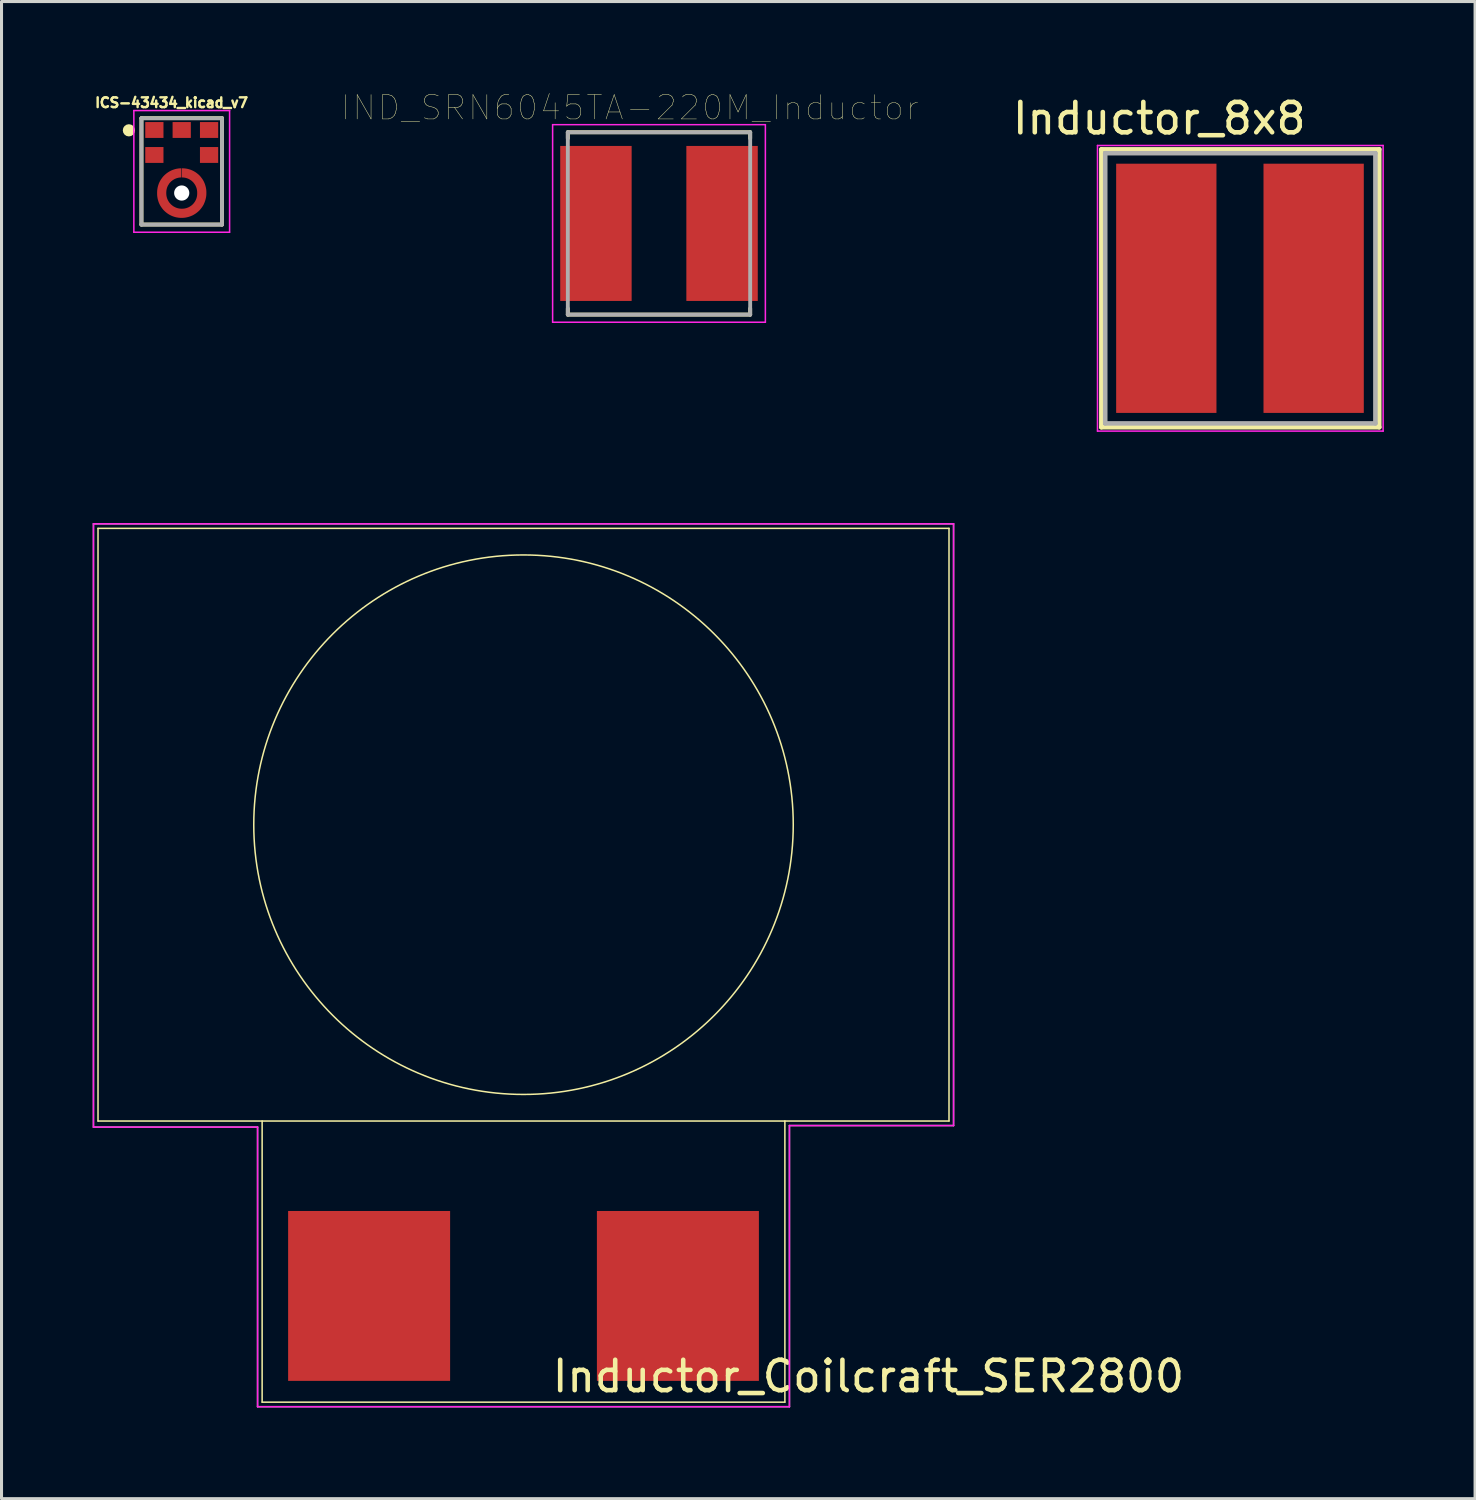
<source format=kicad_pcb>
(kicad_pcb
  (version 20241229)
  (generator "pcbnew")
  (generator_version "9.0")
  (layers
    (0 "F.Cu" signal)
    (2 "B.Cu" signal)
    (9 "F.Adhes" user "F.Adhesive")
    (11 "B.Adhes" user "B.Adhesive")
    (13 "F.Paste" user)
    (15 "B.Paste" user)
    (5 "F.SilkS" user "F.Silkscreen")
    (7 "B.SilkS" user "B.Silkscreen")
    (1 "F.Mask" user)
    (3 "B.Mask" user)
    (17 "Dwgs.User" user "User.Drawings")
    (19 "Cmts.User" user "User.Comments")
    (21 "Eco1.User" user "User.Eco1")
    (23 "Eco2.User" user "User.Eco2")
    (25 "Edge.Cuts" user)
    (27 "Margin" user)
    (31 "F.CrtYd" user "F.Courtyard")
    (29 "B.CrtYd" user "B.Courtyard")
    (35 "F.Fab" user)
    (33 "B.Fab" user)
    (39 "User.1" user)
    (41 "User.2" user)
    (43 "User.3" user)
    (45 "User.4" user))
  (footprint "Inductor_8x8"
    (layer "F.Cu")
    (at 37.125 6.436)
    (property "Reference" "Inductor_8x8" (at -2.032 -5.588 0) (layer "F.SilkS") (effects (font (size 1 1) (thickness 0.15))))
    (attr smd)
    (fp_line (start -3.937 -4.572) (end 5.207 -4.572) (stroke (width 0.15) (type solid)) (layer "F.SilkS"))
    (fp_line (start -3.937 4.572) (end -3.937 -4.572) (stroke (width 0.15) (type solid)) (layer "F.SilkS"))
    (fp_line (start 5.207 -4.572) (end 5.207 4.572) (stroke (width 0.15) (type solid)) (layer "F.SilkS"))
    (fp_line (start 5.207 4.572) (end -3.937 4.572) (stroke (width 0.15) (type solid)) (layer "F.SilkS"))
    (fp_line (start -4.064 -4.699) (end 5.334 -4.699) (stroke (width 0.05) (type solid)) (layer "F.CrtYd"))
    (fp_line (start -4.064 4.699) (end -4.064 -4.699) (stroke (width 0.05) (type solid)) (layer "F.CrtYd"))
    (fp_line (start 5.334 -4.699) (end 5.334 4.699) (stroke (width 0.05) (type solid)) (layer "F.CrtYd"))
    (fp_line (start 5.334 4.699) (end -4.064 4.699) (stroke (width 0.05) (type solid)) (layer "F.CrtYd"))
    (fp_line (start -3.81 -4.445) (end 5.08 -4.445) (stroke (width 0.15) (type solid)) (layer "F.Fab"))
    (fp_line (start -3.81 4.445) (end -3.81 -4.445) (stroke (width 0.15) (type solid)) (layer "F.Fab"))
    (fp_line (start 5.08 -4.445) (end 5.08 4.445) (stroke (width 0.15) (type solid)) (layer "F.Fab"))
    (fp_line (start 5.08 4.445) (end -3.81 4.445) (stroke (width 0.15) (type solid)) (layer "F.Fab"))
    (pad "1" smd rect (at -1.8 0) (size 3.3 8.2) (layers "F.Cu" "F.Mask" "F.Paste"))
    (pad "2" smd rect (at 3.048 0) (size 3.3 8.2) (layers "F.Cu" "F.Mask" "F.Paste")))
  (footprint "Inductor_Coilcraft_SER2800"
    (layer "F.Cu")
    (at 14.175 25.235)
    (property "Reference" "Inductor_Coilcraft_SER2800" (at 11.35 17 0) (layer "F.SilkS") (effects (font (size 1 1) (thickness 0.15))))
    (attr smd)
    (fp_line (start -14 -10.9) (end 14 -10.9) (stroke (width 0.05) (type solid)) (layer "F.SilkS"))
    (fp_line (start -14 8.6) (end -14 -10.9) (stroke (width 0.05) (type solid)) (layer "F.SilkS"))
    (fp_line (start -14 8.6) (end 14 8.6) (stroke (width 0.05) (type solid)) (layer "F.SilkS"))
    (fp_line (start -8.6 8.6) (end -8.6 17.85) (stroke (width 0.05) (type solid)) (layer "F.SilkS"))
    (fp_line (start -8.6 17.85) (end 8.6 17.85) (stroke (width 0.05) (type solid)) (layer "F.SilkS"))
    (fp_line (start 8.6 17.85) (end 8.6 8.6) (stroke (width 0.05) (type solid)) (layer "F.SilkS"))
    (fp_line (start 14 8.6) (end 14 -10.9) (stroke (width 0.05) (type solid)) (layer "F.SilkS"))
    (fp_circle (center 0 -1.15) (end 4.5 6.5) (stroke (width 0.05) (type solid)) (fill no) (layer "F.SilkS"))
    (fp_line (start -14.15 -11.05) (end -14.15 8.8) (stroke (width 0.05) (type solid)) (layer "F.CrtYd"))
    (fp_line (start -14.15 8.8) (end -8.75 8.8) (stroke (width 0.05) (type solid)) (layer "F.CrtYd"))
    (fp_line (start -8.75 8.8) (end -8.75 18) (stroke (width 0.05) (type solid)) (layer "F.CrtYd"))
    (fp_line (start -8.75 18) (end 8.75 18) (stroke (width 0.05) (type solid)) (layer "F.CrtYd"))
    (fp_line (start 8.75 8.75) (end 14.15 8.75) (stroke (width 0.05) (type solid)) (layer "F.CrtYd"))
    (fp_line (start 8.75 18) (end 8.75 8.75) (stroke (width 0.05) (type solid)) (layer "F.CrtYd"))
    (fp_line (start 14.15 -11.05) (end -14.15 -11.05) (stroke (width 0.05) (type solid)) (layer "F.CrtYd"))
    (fp_line (start 14.15 8.75) (end 14.15 -11.05) (stroke (width 0.05) (type solid)) (layer "F.CrtYd"))
    (fp_line (start -14.15 -11.05) (end -14.15 8.8) (stroke (width 0.05) (type solid)) (layer "F.Fab"))
    (fp_line (start -14.15 8.8) (end -8.75 8.8) (stroke (width 0.05) (type solid)) (layer "F.Fab"))
    (fp_line (start -8.75 8.8) (end -8.75 18) (stroke (width 0.05) (type solid)) (layer "F.Fab"))
    (fp_line (start -8.75 18) (end 8.75 18) (stroke (width 0.05) (type solid)) (layer "F.Fab"))
    (fp_line (start 8.75 8.75) (end 14.15 8.75) (stroke (width 0.05) (type solid)) (layer "F.Fab"))
    (fp_line (start 8.75 18) (end 8.75 8.75) (stroke (width 0.05) (type solid)) (layer "F.Fab"))
    (fp_line (start 14.15 -11.05) (end -14.15 -11.05) (stroke (width 0.05) (type solid)) (layer "F.Fab"))
    (fp_line (start 14.15 8.75) (end 14.15 -11.05) (stroke (width 0.05) (type solid)) (layer "F.Fab"))
    (pad "1" smd rect (at -5.08 14.355) (size 5.33 5.59) (layers "F.Cu" "F.Mask" "F.Paste"))
    (pad "2" smd rect (at 5.08 14.355) (size 5.33 5.59) (layers "F.Cu" "F.Mask" "F.Paste")))
  (footprint "IND_SRN6045TA-220M_Inductor"
    (layer "F.Cu")
    (at 18.633 4.302)
    (property "Reference" "IND_SRN6045TA-220M_Inductor" (at -0.96 -3.808 0) (layer "F.SilkS") (effects (font (size 0.8 0.8) (thickness 0.015))))
    (attr through_hole)
    (fp_line (start -3 -3) (end 3 -3) (stroke (width 0.127) (type solid)) (layer "F.SilkS"))
    (fp_line (start -3 -2.8) (end -3 -3) (stroke (width 0.127) (type solid)) (layer "F.SilkS"))
    (fp_line (start -3 2.8) (end -3 3) (stroke (width 0.127) (type solid)) (layer "F.SilkS"))
    (fp_line (start -3 3) (end 3 3) (stroke (width 0.127) (type solid)) (layer "F.SilkS"))
    (fp_line (start 3 -3) (end 3 -2.8) (stroke (width 0.127) (type solid)) (layer "F.SilkS"))
    (fp_line (start 3 3) (end 3 2.8) (stroke (width 0.127) (type solid)) (layer "F.SilkS"))
    (fp_line (start -3.5 -3.25) (end 3.5 -3.25) (stroke (width 0.05) (type solid)) (layer "F.CrtYd"))
    (fp_line (start -3.5 3.25) (end -3.5 -3.25) (stroke (width 0.05) (type solid)) (layer "F.CrtYd"))
    (fp_line (start 3.5 -3.25) (end 3.5 3.25) (stroke (width 0.05) (type solid)) (layer "F.CrtYd"))
    (fp_line (start 3.5 3.25) (end -3.5 3.25) (stroke (width 0.05) (type solid)) (layer "F.CrtYd"))
    (fp_line (start -3 -3) (end 3 -3) (stroke (width 0.127) (type solid)) (layer "F.Fab"))
    (fp_line (start -3 3) (end -3 -3) (stroke (width 0.127) (type solid)) (layer "F.Fab"))
    (fp_line (start 3 -3) (end 3 3) (stroke (width 0.127) (type solid)) (layer "F.Fab"))
    (fp_line (start 3 3) (end -3 3) (stroke (width 0.127) (type solid)) (layer "F.Fab"))
    (pad "1" smd rect (at -2.075 0) (size 2.35 5.1) (layers "F.Cu" "F.Mask" "F.Paste"))
    (pad "2" smd rect (at 2.075 0) (size 2.35 5.1) (layers "F.Cu" "F.Mask" "F.Paste")))
  (footprint "ICS-43434_kicad_v7"
    (layer "F.Cu")
    (at 2.929 2.588)
    (property "Reference" "ICS-43434_kicad_v7" (at -0.335 -2.259 0) (layer "F.SilkS") (effects (font (size 0.321 0.321) (thickness 0.15))))
    (attr smd)
    (fp_circle (center 0 0.713) (end 0.665 0.713) (stroke (width 0.5) (type solid)) (fill no) (layer "F.Mask"))
    (fp_line (start -1.325 -1.75) (end -1.325 1.75) (stroke (width 0.127) (type solid)) (layer "F.SilkS"))
    (fp_line (start -1.325 1.75) (end 1.325 1.75) (stroke (width 0.127) (type solid)) (layer "F.SilkS"))
    (fp_line (start 1.325 -1.75) (end -1.325 -1.75) (stroke (width 0.127) (type solid)) (layer "F.SilkS"))
    (fp_line (start 1.325 1.75) (end 1.325 -1.75) (stroke (width 0.127) (type solid)) (layer "F.SilkS"))
    (fp_circle (center -1.738 -1.35) (end -1.637 -1.35) (stroke (width 0.2) (type solid)) (fill no) (layer "F.SilkS"))
    (fp_poly (pts (xy -0.65 -1.572) (xy -0.65 -1.15) (xy -1.15 -1.15) (xy -1.15 -1.572)) (stroke (width 0.001) (type solid)) (fill yes) (layer "F.Paste"))
    (fp_poly (pts (xy -0.65 -0.75) (xy -0.65 -0.328) (xy -1.15 -0.328) (xy -1.15 -0.75)) (stroke (width 0.001) (type solid)) (fill yes) (layer "F.Paste"))
    (fp_poly (pts (xy 0.25 -1.572) (xy 0.25 -1.15) (xy -0.25 -1.15) (xy -0.25 -1.572)) (stroke (width 0.001) (type solid)) (fill yes) (layer "F.Paste"))
    (fp_poly (pts (xy 1.15 -1.572) (xy 1.15 -1.15) (xy 0.65 -1.15) (xy 0.65 -1.572)) (stroke (width 0.001) (type solid)) (fill yes) (layer "F.Paste"))
    (fp_poly (pts (xy 1.15 -0.75) (xy 1.15 -0.328) (xy 0.65 -0.328) (xy 0.65 -0.75)) (stroke (width 0.001) (type solid)) (fill yes) (layer "F.Paste"))
    (fp_poly (pts (xy -0.51 0.663) (xy -0.508 0.642) (xy -0.504 0.618) (xy -0.499 0.595) (xy -0.493 0.572) (xy -0.486 0.55) (xy -0.478 0.527) (xy -0.469 0.505) (xy -0.459 0.484) (xy -0.448 0.463) (xy -0.436 0.443) (xy -0.423 0.423) (xy -0.41 0.403) (xy -0.395 0.385) (xy -0.379 0.367) (xy -0.363 0.35) (xy -0.346 0.334) (xy -0.328 0.318) (xy -0.31 0.303) (xy -0.29 0.29) (xy -0.27 0.277) (xy -0.25 0.265) (xy -0.229 0.254) (xy -0.208 0.244) (xy -0.186 0.235) (xy -0.163 0.227) (xy -0.141 0.22) (xy -0.118 0.214) (xy -0.095 0.209) (xy -0.071 0.205) (xy -0.05 0.203) (xy -0.05 -0.097) (xy -0.089 -0.094) (xy -0.127 -0.089) (xy -0.166 -0.082) (xy -0.204 -0.074) (xy -0.242 -0.063) (xy -0.28 -0.051) (xy -0.316 -0.036) (xy -0.352 -0.02) (xy -0.387 -0.003) (xy -0.421 0.017) (xy -0.454 0.038) (xy -0.487 0.06) (xy -0.518 0.085) (xy -0.547 0.11) (xy -0.576 0.137) (xy -0.603 0.166) (xy -0.628 0.195) (xy -0.653 0.226) (xy -0.675 0.259) (xy -0.696 0.292) (xy -0.716 0.326) (xy -0.733 0.361) (xy -0.749 0.397) (xy -0.764 0.433) (xy -0.776 0.471) (xy -0.787 0.509) (xy -0.795 0.547) (xy -0.802 0.586) (xy -0.807 0.624) (xy -0.81 0.663) (xy -0.51 0.663)) (stroke (width 0.001) (type solid)) (fill yes) (layer "F.Paste"))
    (fp_poly (pts (xy -0.05 1.223) (xy -0.071 1.221) (xy -0.095 1.217) (xy -0.118 1.212) (xy -0.141 1.206) (xy -0.163 1.199) (xy -0.186 1.191) (xy -0.208 1.182) (xy -0.229 1.172) (xy -0.25 1.161) (xy -0.27 1.149) (xy -0.29 1.136) (xy -0.31 1.123) (xy -0.328 1.108) (xy -0.346 1.092) (xy -0.363 1.076) (xy -0.379 1.059) (xy -0.395 1.041) (xy -0.41 1.023) (xy -0.423 1.003) (xy -0.436 0.983) (xy -0.448 0.963) (xy -0.459 0.942) (xy -0.469 0.921) (xy -0.478 0.899) (xy -0.486 0.876) (xy -0.493 0.854) (xy -0.499 0.831) (xy -0.504 0.808) (xy -0.508 0.784) (xy -0.51 0.763) (xy -0.81 0.763) (xy -0.807 0.802) (xy -0.802 0.84) (xy -0.795 0.879) (xy -0.787 0.917) (xy -0.776 0.955) (xy -0.764 0.993) (xy -0.749 1.029) (xy -0.733 1.065) (xy -0.716 1.1) (xy -0.696 1.134) (xy -0.675 1.167) (xy -0.653 1.2) (xy -0.628 1.231) (xy -0.603 1.26) (xy -0.576 1.289) (xy -0.547 1.316) (xy -0.518 1.341) (xy -0.487 1.366) (xy -0.454 1.388) (xy -0.421 1.409) (xy -0.387 1.429) (xy -0.352 1.446) (xy -0.316 1.462) (xy -0.28 1.477) (xy -0.242 1.489) (xy -0.204 1.5) (xy -0.166 1.508) (xy -0.127 1.515) (xy -0.089 1.52) (xy -0.05 1.523) (xy -0.05 1.223)) (stroke (width 0.001) (type solid)) (fill yes) (layer "F.Paste"))
    (fp_poly (pts (xy 0.05 0.203) (xy 0.071 0.205) (xy 0.095 0.209) (xy 0.118 0.214) (xy 0.141 0.22) (xy 0.163 0.227) (xy 0.186 0.235) (xy 0.208 0.244) (xy 0.229 0.254) (xy 0.25 0.265) (xy 0.27 0.277) (xy 0.29 0.29) (xy 0.31 0.303) (xy 0.328 0.318) (xy 0.346 0.334) (xy 0.363 0.35) (xy 0.379 0.367) (xy 0.395 0.385) (xy 0.41 0.403) (xy 0.423 0.423) (xy 0.436 0.443) (xy 0.448 0.463) (xy 0.459 0.484) (xy 0.469 0.505) (xy 0.478 0.527) (xy 0.486 0.55) (xy 0.493 0.572) (xy 0.499 0.595) (xy 0.504 0.618) (xy 0.508 0.642) (xy 0.51 0.663) (xy 0.81 0.663) (xy 0.807 0.624) (xy 0.802 0.586) (xy 0.795 0.547) (xy 0.787 0.509) (xy 0.776 0.471) (xy 0.764 0.433) (xy 0.749 0.397) (xy 0.733 0.361) (xy 0.716 0.326) (xy 0.696 0.292) (xy 0.675 0.259) (xy 0.653 0.226) (xy 0.628 0.195) (xy 0.603 0.166) (xy 0.576 0.137) (xy 0.547 0.11) (xy 0.518 0.085) (xy 0.487 0.06) (xy 0.454 0.038) (xy 0.421 0.017) (xy 0.387 -0.003) (xy 0.352 -0.02) (xy 0.316 -0.036) (xy 0.28 -0.051) (xy 0.242 -0.063) (xy 0.204 -0.074) (xy 0.166 -0.082) (xy 0.127 -0.089) (xy 0.089 -0.094) (xy 0.05 -0.097) (xy 0.05 0.203)) (stroke (width 0.001) (type solid)) (fill yes) (layer "F.Paste"))
    (fp_poly (pts (xy 0.51 0.763) (xy 0.508 0.784) (xy 0.504 0.808) (xy 0.499 0.831) (xy 0.493 0.854) (xy 0.486 0.876) (xy 0.478 0.899) (xy 0.469 0.921) (xy 0.459 0.942) (xy 0.448 0.963) (xy 0.436 0.983) (xy 0.423 1.003) (xy 0.41 1.023) (xy 0.395 1.041) (xy 0.379 1.059) (xy 0.363 1.076) (xy 0.346 1.092) (xy 0.328 1.108) (xy 0.31 1.123) (xy 0.29 1.136) (xy 0.27 1.149) (xy 0.25 1.161) (xy 0.229 1.172) (xy 0.208 1.182) (xy 0.186 1.191) (xy 0.163 1.199) (xy 0.141 1.206) (xy 0.118 1.212) (xy 0.095 1.217) (xy 0.071 1.221) (xy 0.05 1.223) (xy 0.05 1.523) (xy 0.089 1.52) (xy 0.127 1.515) (xy 0.166 1.508) (xy 0.204 1.5) (xy 0.242 1.489) (xy 0.28 1.477) (xy 0.316 1.462) (xy 0.352 1.446) (xy 0.387 1.429) (xy 0.421 1.409) (xy 0.454 1.388) (xy 0.487 1.366) (xy 0.518 1.341) (xy 0.547 1.316) (xy 0.576 1.289) (xy 0.603 1.26) (xy 0.628 1.231) (xy 0.653 1.2) (xy 0.675 1.167) (xy 0.696 1.134) (xy 0.716 1.1) (xy 0.733 1.065) (xy 0.749 1.029) (xy 0.764 0.993) (xy 0.776 0.955) (xy 0.787 0.917) (xy 0.795 0.879) (xy 0.802 0.84) (xy 0.807 0.802) (xy 0.81 0.763) (xy 0.51 0.763)) (stroke (width 0.001) (type solid)) (fill yes) (layer "F.Paste"))
    (fp_line (start -1.575 -2) (end 1.575 -2) (stroke (width 0.05) (type solid)) (layer "F.CrtYd"))
    (fp_line (start -1.575 2.003) (end -1.575 -2) (stroke (width 0.05) (type solid)) (layer "F.CrtYd"))
    (fp_line (start 1.575 -2) (end 1.575 2.003) (stroke (width 0.05) (type solid)) (layer "F.CrtYd"))
    (fp_line (start 1.575 2.003) (end -1.575 2.003) (stroke (width 0.05) (type solid)) (layer "F.CrtYd"))
    (fp_line (start -1.325 -1.747) (end 1.325 -1.747) (stroke (width 0.127) (type solid)) (layer "F.Fab"))
    (fp_line (start -1.325 1.753) (end -1.325 -1.747) (stroke (width 0.127) (type solid)) (layer "F.Fab"))
    (fp_line (start 1.325 -1.747) (end 1.325 1.753) (stroke (width 0.127) (type solid)) (layer "F.Fab"))
    (fp_line (start 1.325 1.753) (end -1.325 1.753) (stroke (width 0.127) (type solid)) (layer "F.Fab"))
    (pad "" np_thru_hole circle (at 0 0.713) (size 0.5 0.5) (drill 0.5) (layers "*.Cu" "*.Mask"))
    (pad "1" smd rect (at -0.9 -1.361) (size 0.6 0.522) (layers "F.Cu" "F.Mask"))
    (pad "2" smd rect (at -0.9 -0.539) (size 0.6 0.522) (layers "F.Cu" "F.Mask"))
    (pad "3" smd custom (at -0.015 1.383) (size 0.1 0.1) (layers "F.Cu") (options (anchor rect)) (primitives (gr_poly (pts (xy 0.005 -1.483) (xy 0.005 -1.183) (xy -0.021 -1.182) (xy -0.046 -1.18) (xy -0.072 -1.177) (xy -0.099 -1.172) (xy -0.123 -1.166) (xy -0.149 -1.159) (xy -0.173 -1.15) (xy -0.198 -1.14) (xy -0.222 -1.129) (xy -0.244 -1.116) (xy -0.267 -1.102) (xy -0.288 -1.088) (xy -0.309 -1.072) (xy -0.33 -1.055) (xy -0.348 -1.037) (xy -0.366 -1.018) (xy -0.384 -0.998) (xy -0.4 -0.977) (xy -0.413 -0.955) (xy -0.427 -0.933) (xy -0.441 -0.91) (xy -0.452 -0.886) (xy -0.462 -0.862) (xy -0.47 -0.838) (xy -0.477 -0.812) (xy -0.483 -0.787) (xy -0.488 -0.761) (xy -0.491 -0.735) (xy -0.493 -0.709) (xy -0.494 -0.683) (xy -0.494 -0.663) (xy -0.493 -0.636) (xy -0.491 -0.61) (xy -0.488 -0.583) (xy -0.483 -0.557) (xy -0.477 -0.531) (xy -0.469 -0.505) (xy -0.461 -0.48) (xy -0.451 -0.456) (xy -0.439 -0.431) (xy -0.426 -0.408) (xy -0.412 -0.385) (xy -0.398 -0.363) (xy -0.381 -0.342) (xy -0.363 -0.322) (xy -0.345 -0.302) (xy -0.326 -0.284) (xy -0.305 -0.267) (xy -0.284 -0.25) (xy -0.263 -0.235) (xy -0.239 -0.221) (xy -0.216 -0.209) (xy -0.192 -0.197) (xy -0.168 -0.187) (xy -0.142 -0.178) (xy -0.117 -0.17) (xy -0.09 -0.164) (xy -0.065 -0.159) (xy -0.037 -0.156) (xy -0.011 -0.154) (xy 0.015 -0.153) (xy 0.025 -0.153) (xy 0.051 -0.154) (xy 0.077 -0.156) (xy 0.103 -0.159) (xy 0.13 -0.164) (xy 0.154 -0.17) (xy 0.18 -0.177) (xy 0.204 -0.186) (xy 0.229 -0.196) (xy 0.253 -0.207) (xy 0.276 -0.22) (xy 0.297 -0.234) (xy 0.32 -0.248) (xy 0.341 -0.264) (xy 0.36 -0.281) (xy 0.38 -0.299) (xy 0.398 -0.318) (xy 0.414 -0.338) (xy 0.43 -0.359) (xy 0.445 -0.381) (xy 0.459 -0.403) (xy 0.471 -0.426) (xy 0.482 -0.45) (xy 0.492 -0.474) (xy 0.501 -0.498) (xy 0.508 -0.524) (xy 0.514 -0.549) (xy 0.519 -0.575) (xy 0.522 -0.601) (xy 0.524 -0.627) (xy 0.525 -0.653) (xy 0.525 -0.683) (xy 0.524 -0.709) (xy 0.522 -0.735) (xy 0.519 -0.761) (xy 0.514 -0.787) (xy 0.508 -0.812) (xy 0.501 -0.838) (xy 0.492 -0.862) (xy 0.482 -0.886) (xy 0.471 -0.91) (xy 0.459 -0.933) (xy 0.445 -0.955) (xy 0.43 -0.977) (xy 0.414 -0.998) (xy 0.398 -1.018) (xy 0.38 -1.037) (xy 0.36 -1.055) (xy 0.341 -1.072) (xy 0.32 -1.088) (xy 0.297 -1.102) (xy 0.276 -1.116) (xy 0.253 -1.129) (xy 0.229 -1.14) (xy 0.204 -1.15) (xy 0.18 -1.159) (xy 0.154 -1.166) (xy 0.13 -1.172) (xy 0.103 -1.177) (xy 0.077 -1.18) (xy 0.051 -1.182) (xy 0.025 -1.183) (xy 0.025 -1.483) (xy 0.035 -1.483) (xy 0.076 -1.482) (xy 0.118 -1.479) (xy 0.16 -1.473) (xy 0.2 -1.466) (xy 0.239 -1.456) (xy 0.28 -1.444) (xy 0.319 -1.431) (xy 0.356 -1.415) (xy 0.395 -1.397) (xy 0.43 -1.377) (xy 0.466 -1.356) (xy 0.499 -1.332) (xy 0.532 -1.307) (xy 0.565 -1.28) (xy 0.595 -1.252) (xy 0.623 -1.222) (xy 0.649 -1.19) (xy 0.674 -1.157) (xy 0.699 -1.123) (xy 0.72 -1.088) (xy 0.74 -1.052) (xy 0.757 -1.014) (xy 0.773 -0.976) (xy 0.786 -0.937) (xy 0.798 -0.897) (xy 0.808 -0.857) (xy 0.816 -0.817) (xy 0.822 -0.776) (xy 0.825 -0.734) (xy 0.826 -0.693) (xy 0.826 -0.663) (xy 0.825 -0.621) (xy 0.822 -0.578) (xy 0.816 -0.536) (xy 0.807 -0.495) (xy 0.797 -0.453) (xy 0.785 -0.413) (xy 0.771 -0.373) (xy 0.755 -0.334) (xy 0.738 -0.295) (xy 0.717 -0.258) (xy 0.695 -0.222) (xy 0.67 -0.187) (xy 0.644 -0.153) (xy 0.618 -0.121) (xy 0.589 -0.09) (xy 0.557 -0.061) (xy 0.525 -0.034) (xy 0.491 -0.008) (xy 0.457 0.016) (xy 0.42 0.038) (xy 0.384 0.059) (xy 0.344 0.077) (xy 0.305 0.093) (xy 0.266 0.107) (xy 0.226 0.119) (xy 0.183 0.129) (xy 0.142 0.137) (xy 0.101 0.143) (xy 0.058 0.146) (xy 0.015 0.147) (xy 0.005 0.147) (xy -0.036 0.146) (xy -0.079 0.143) (xy -0.119 0.137) (xy -0.161 0.13) (xy -0.202 0.12) (xy -0.241 0.108) (xy -0.281 0.094) (xy -0.32 0.078) (xy -0.357 0.06) (xy -0.395 0.04) (xy -0.43 0.018) (xy -0.465 -0.006) (xy -0.497 -0.031) (xy -0.529 -0.058) (xy -0.56 -0.087) (xy -0.59 -0.118) (xy -0.617 -0.15) (xy -0.641 -0.183) (xy -0.665 -0.217) (xy -0.688 -0.253) (xy -0.708 -0.29) (xy -0.726 -0.328) (xy -0.742 -0.366) (xy -0.755 -0.406) (xy -0.767 -0.446) (xy -0.777 -0.487) (xy -0.784 -0.528) (xy -0.79 -0.569) (xy -0.793 -0.611) (xy -0.794 -0.653) (xy -0.794 -0.683) (xy -0.793 -0.725) (xy -0.79 -0.767) (xy -0.784 -0.808) (xy -0.777 -0.849) (xy -0.767 -0.89) (xy -0.755 -0.93) (xy -0.742 -0.97) (xy -0.726 -1.008) (xy -0.708 -1.046) (xy -0.688 -1.083) (xy -0.665 -1.119) (xy -0.641 -1.153) (xy -0.617 -1.186) (xy -0.59 -1.218) (xy -0.56 -1.249) (xy -0.529 -1.278) (xy -0.497 -1.305) (xy -0.465 -1.33) (xy -0.43 -1.354) (xy -0.395 -1.376) (xy -0.357 -1.396) (xy -0.32 -1.414) (xy -0.281 -1.43) (xy -0.241 -1.444) (xy -0.202 -1.456) (xy -0.161 -1.466) (xy -0.119 -1.473) (xy -0.079 -1.479) (xy -0.036 -1.482) (xy 0.005 -1.483)) (width 0.001) (fill yes))))
    (pad "4" smd rect (at 0.9 -0.539) (size 0.6 0.522) (layers "F.Cu" "F.Mask"))
    (pad "5" smd rect (at 0.9 -1.361) (size 0.6 0.522) (layers "F.Cu" "F.Mask"))
    (pad "6" smd rect (at 0 -1.361) (size 0.6 0.522) (layers "F.Cu" "F.Mask")))
  (gr_rect
    (start -3 -3)
    (end 45.484 46.26)
    (stroke (width 0.1) (type default))
    (fill no)
    (layer "Edge.Cuts")))
</source>
